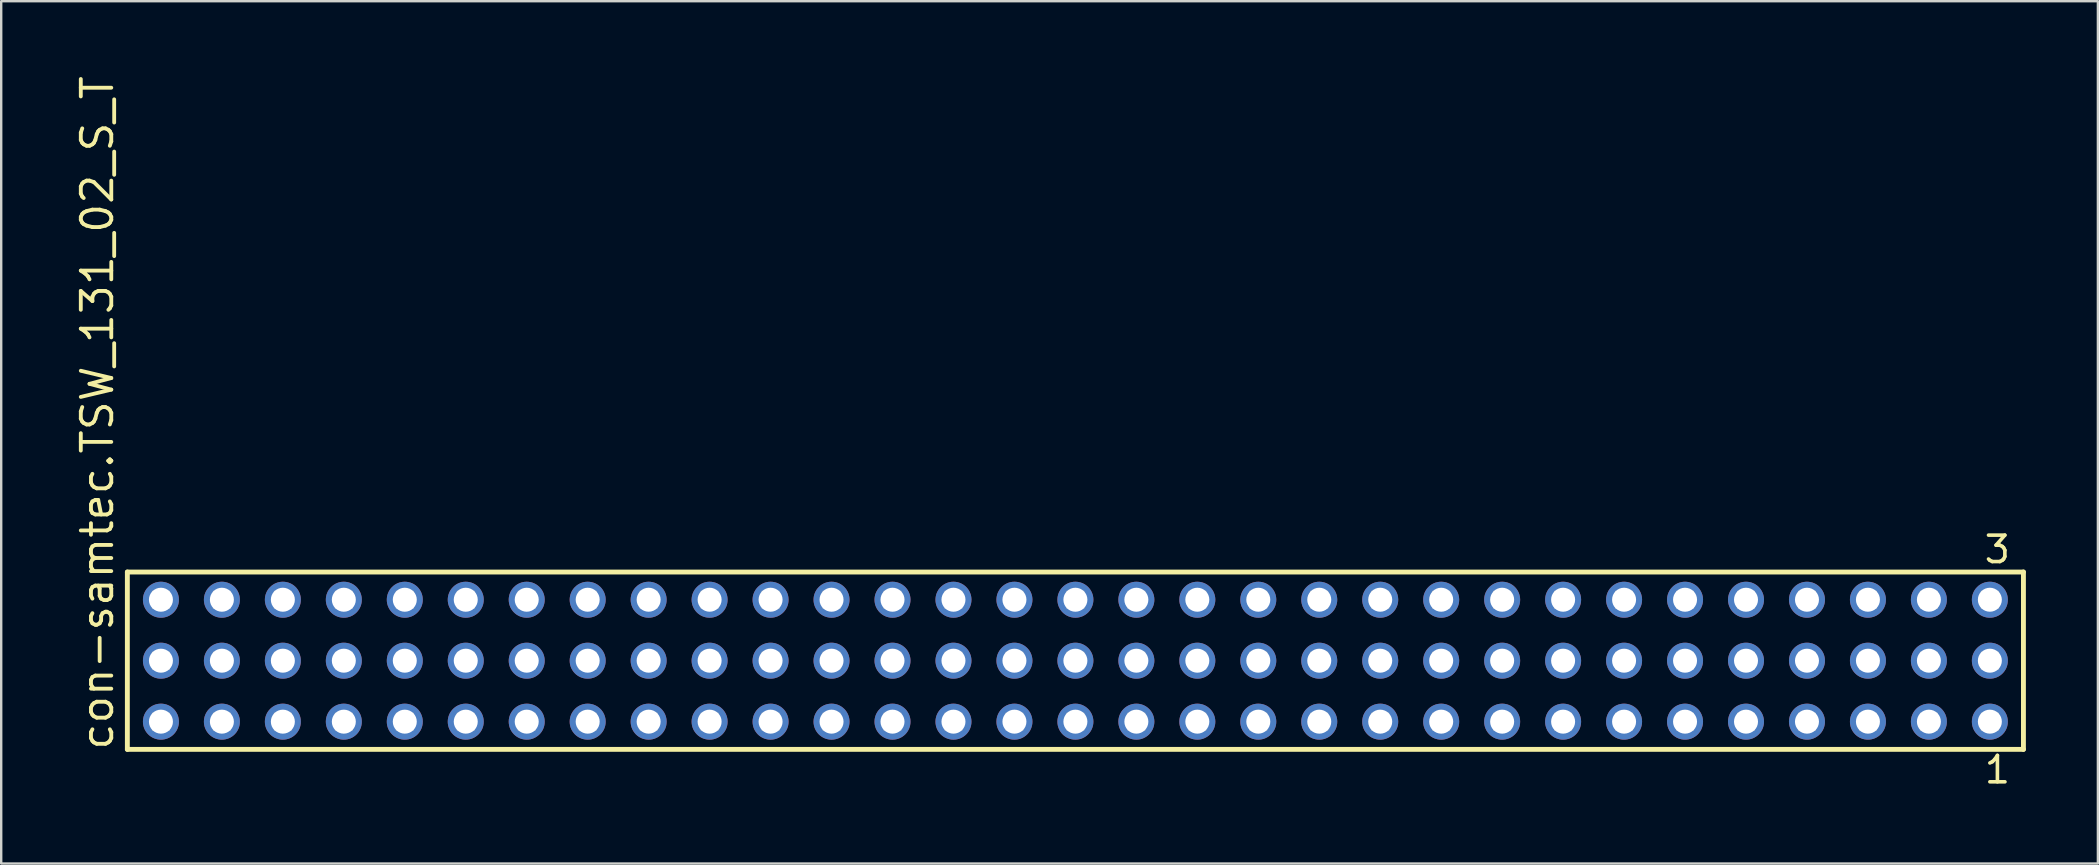
<source format=kicad_pcb>
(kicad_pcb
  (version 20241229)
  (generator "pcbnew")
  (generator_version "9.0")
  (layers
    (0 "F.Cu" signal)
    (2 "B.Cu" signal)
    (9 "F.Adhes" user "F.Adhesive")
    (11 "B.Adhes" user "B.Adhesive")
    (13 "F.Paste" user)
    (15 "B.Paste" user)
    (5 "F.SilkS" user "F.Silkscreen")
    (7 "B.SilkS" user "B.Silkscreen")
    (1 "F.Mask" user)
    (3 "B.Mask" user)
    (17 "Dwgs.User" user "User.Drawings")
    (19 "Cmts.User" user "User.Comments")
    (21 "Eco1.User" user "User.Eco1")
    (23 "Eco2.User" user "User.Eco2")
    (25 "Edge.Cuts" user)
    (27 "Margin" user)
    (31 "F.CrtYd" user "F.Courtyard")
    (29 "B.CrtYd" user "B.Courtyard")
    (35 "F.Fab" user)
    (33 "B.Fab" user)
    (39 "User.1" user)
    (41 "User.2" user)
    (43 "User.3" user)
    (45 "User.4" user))
  (footprint "con-samtec.TSW_131_02_S_T"
    (layer "F.Cu")
    (at 41.755 24.477)
    (property "Reference" "con-samtec.TSW_131_02_S_T" (at -40.005 3.81 90) (layer "F.SilkS") (effects (font (size 1.27 1.27) (thickness 0.16)) (justify left bottom)))
    (attr through_hole)
    (fp_line (start -39.499 -3.695) (end 39.499 -3.695) (stroke (width 0.203) (type default)) (layer "F.SilkS"))
    (fp_line (start -39.499 3.695) (end -39.499 -3.695) (stroke (width 0.203) (type default)) (layer "F.SilkS"))
    (fp_line (start 39.499 -3.695) (end 39.499 3.695) (stroke (width 0.203) (type default)) (layer "F.SilkS"))
    (fp_line (start 39.499 3.695) (end -39.499 3.695) (stroke (width 0.203) (type default)) (layer "F.SilkS"))
    (fp_rect (start -38.45 -2.19) (end -37.75 -2.89) (stroke (width 0.05) (type default)) (fill no) (layer "F.Fab"))
    (fp_rect (start -38.45 0.35) (end -37.75 -0.35) (stroke (width 0.05) (type default)) (fill no) (layer "F.Fab"))
    (fp_rect (start -38.45 2.89) (end -37.75 2.19) (stroke (width 0.05) (type default)) (fill no) (layer "F.Fab"))
    (fp_rect (start -35.91 -2.19) (end -35.21 -2.89) (stroke (width 0.05) (type default)) (fill no) (layer "F.Fab"))
    (fp_rect (start -35.91 0.35) (end -35.21 -0.35) (stroke (width 0.05) (type default)) (fill no) (layer "F.Fab"))
    (fp_rect (start -35.91 2.89) (end -35.21 2.19) (stroke (width 0.05) (type default)) (fill no) (layer "F.Fab"))
    (fp_rect (start -33.37 -2.19) (end -32.67 -2.89) (stroke (width 0.05) (type default)) (fill no) (layer "F.Fab"))
    (fp_rect (start -33.37 0.35) (end -32.67 -0.35) (stroke (width 0.05) (type default)) (fill no) (layer "F.Fab"))
    (fp_rect (start -33.37 2.89) (end -32.67 2.19) (stroke (width 0.05) (type default)) (fill no) (layer "F.Fab"))
    (fp_rect (start -30.83 -2.19) (end -30.13 -2.89) (stroke (width 0.05) (type default)) (fill no) (layer "F.Fab"))
    (fp_rect (start -30.83 0.35) (end -30.13 -0.35) (stroke (width 0.05) (type default)) (fill no) (layer "F.Fab"))
    (fp_rect (start -30.83 2.89) (end -30.13 2.19) (stroke (width 0.05) (type default)) (fill no) (layer "F.Fab"))
    (fp_rect (start -28.29 -2.19) (end -27.59 -2.89) (stroke (width 0.05) (type default)) (fill no) (layer "F.Fab"))
    (fp_rect (start -28.29 0.35) (end -27.59 -0.35) (stroke (width 0.05) (type default)) (fill no) (layer "F.Fab"))
    (fp_rect (start -28.29 2.89) (end -27.59 2.19) (stroke (width 0.05) (type default)) (fill no) (layer "F.Fab"))
    (fp_rect (start -25.75 -2.19) (end -25.05 -2.89) (stroke (width 0.05) (type default)) (fill no) (layer "F.Fab"))
    (fp_rect (start -25.75 0.35) (end -25.05 -0.35) (stroke (width 0.05) (type default)) (fill no) (layer "F.Fab"))
    (fp_rect (start -25.75 2.89) (end -25.05 2.19) (stroke (width 0.05) (type default)) (fill no) (layer "F.Fab"))
    (fp_rect (start -23.21 -2.19) (end -22.51 -2.89) (stroke (width 0.05) (type default)) (fill no) (layer "F.Fab"))
    (fp_rect (start -23.21 0.35) (end -22.51 -0.35) (stroke (width 0.05) (type default)) (fill no) (layer "F.Fab"))
    (fp_rect (start -23.21 2.89) (end -22.51 2.19) (stroke (width 0.05) (type default)) (fill no) (layer "F.Fab"))
    (fp_rect (start -20.67 -2.19) (end -19.97 -2.89) (stroke (width 0.05) (type default)) (fill no) (layer "F.Fab"))
    (fp_rect (start -20.67 0.35) (end -19.97 -0.35) (stroke (width 0.05) (type default)) (fill no) (layer "F.Fab"))
    (fp_rect (start -20.67 2.89) (end -19.97 2.19) (stroke (width 0.05) (type default)) (fill no) (layer "F.Fab"))
    (fp_rect (start -18.13 -2.19) (end -17.43 -2.89) (stroke (width 0.05) (type default)) (fill no) (layer "F.Fab"))
    (fp_rect (start -18.13 0.35) (end -17.43 -0.35) (stroke (width 0.05) (type default)) (fill no) (layer "F.Fab"))
    (fp_rect (start -18.13 2.89) (end -17.43 2.19) (stroke (width 0.05) (type default)) (fill no) (layer "F.Fab"))
    (fp_rect (start -15.59 -2.19) (end -14.89 -2.89) (stroke (width 0.05) (type default)) (fill no) (layer "F.Fab"))
    (fp_rect (start -15.59 0.35) (end -14.89 -0.35) (stroke (width 0.05) (type default)) (fill no) (layer "F.Fab"))
    (fp_rect (start -15.59 2.89) (end -14.89 2.19) (stroke (width 0.05) (type default)) (fill no) (layer "F.Fab"))
    (fp_rect (start -13.05 -2.19) (end -12.35 -2.89) (stroke (width 0.05) (type default)) (fill no) (layer "F.Fab"))
    (fp_rect (start -13.05 0.35) (end -12.35 -0.35) (stroke (width 0.05) (type default)) (fill no) (layer "F.Fab"))
    (fp_rect (start -13.05 2.89) (end -12.35 2.19) (stroke (width 0.05) (type default)) (fill no) (layer "F.Fab"))
    (fp_rect (start -10.51 -2.19) (end -9.81 -2.89) (stroke (width 0.05) (type default)) (fill no) (layer "F.Fab"))
    (fp_rect (start -10.51 0.35) (end -9.81 -0.35) (stroke (width 0.05) (type default)) (fill no) (layer "F.Fab"))
    (fp_rect (start -10.51 2.89) (end -9.81 2.19) (stroke (width 0.05) (type default)) (fill no) (layer "F.Fab"))
    (fp_rect (start -7.97 -2.19) (end -7.27 -2.89) (stroke (width 0.05) (type default)) (fill no) (layer "F.Fab"))
    (fp_rect (start -7.97 0.35) (end -7.27 -0.35) (stroke (width 0.05) (type default)) (fill no) (layer "F.Fab"))
    (fp_rect (start -7.97 2.89) (end -7.27 2.19) (stroke (width 0.05) (type default)) (fill no) (layer "F.Fab"))
    (fp_rect (start -5.43 -2.19) (end -4.73 -2.89) (stroke (width 0.05) (type default)) (fill no) (layer "F.Fab"))
    (fp_rect (start -5.43 0.35) (end -4.73 -0.35) (stroke (width 0.05) (type default)) (fill no) (layer "F.Fab"))
    (fp_rect (start -5.43 2.89) (end -4.73 2.19) (stroke (width 0.05) (type default)) (fill no) (layer "F.Fab"))
    (fp_rect (start -2.89 -2.19) (end -2.19 -2.89) (stroke (width 0.05) (type default)) (fill no) (layer "F.Fab"))
    (fp_rect (start -2.89 0.35) (end -2.19 -0.35) (stroke (width 0.05) (type default)) (fill no) (layer "F.Fab"))
    (fp_rect (start -2.89 2.89) (end -2.19 2.19) (stroke (width 0.05) (type default)) (fill no) (layer "F.Fab"))
    (fp_rect (start -0.35 -2.19) (end 0.35 -2.89) (stroke (width 0.05) (type default)) (fill no) (layer "F.Fab"))
    (fp_rect (start -0.35 0.35) (end 0.35 -0.35) (stroke (width 0.05) (type default)) (fill no) (layer "F.Fab"))
    (fp_rect (start -0.35 2.89) (end 0.35 2.19) (stroke (width 0.05) (type default)) (fill no) (layer "F.Fab"))
    (fp_rect (start 2.19 -2.19) (end 2.89 -2.89) (stroke (width 0.05) (type default)) (fill no) (layer "F.Fab"))
    (fp_rect (start 2.19 0.35) (end 2.89 -0.35) (stroke (width 0.05) (type default)) (fill no) (layer "F.Fab"))
    (fp_rect (start 2.19 2.89) (end 2.89 2.19) (stroke (width 0.05) (type default)) (fill no) (layer "F.Fab"))
    (fp_rect (start 4.73 -2.19) (end 5.43 -2.89) (stroke (width 0.05) (type default)) (fill no) (layer "F.Fab"))
    (fp_rect (start 4.73 0.35) (end 5.43 -0.35) (stroke (width 0.05) (type default)) (fill no) (layer "F.Fab"))
    (fp_rect (start 4.73 2.89) (end 5.43 2.19) (stroke (width 0.05) (type default)) (fill no) (layer "F.Fab"))
    (fp_rect (start 7.27 -2.19) (end 7.97 -2.89) (stroke (width 0.05) (type default)) (fill no) (layer "F.Fab"))
    (fp_rect (start 7.27 0.35) (end 7.97 -0.35) (stroke (width 0.05) (type default)) (fill no) (layer "F.Fab"))
    (fp_rect (start 7.27 2.89) (end 7.97 2.19) (stroke (width 0.05) (type default)) (fill no) (layer "F.Fab"))
    (fp_rect (start 9.81 -2.19) (end 10.51 -2.89) (stroke (width 0.05) (type default)) (fill no) (layer "F.Fab"))
    (fp_rect (start 9.81 0.35) (end 10.51 -0.35) (stroke (width 0.05) (type default)) (fill no) (layer "F.Fab"))
    (fp_rect (start 9.81 2.89) (end 10.51 2.19) (stroke (width 0.05) (type default)) (fill no) (layer "F.Fab"))
    (fp_rect (start 12.35 -2.19) (end 13.05 -2.89) (stroke (width 0.05) (type default)) (fill no) (layer "F.Fab"))
    (fp_rect (start 12.35 0.35) (end 13.05 -0.35) (stroke (width 0.05) (type default)) (fill no) (layer "F.Fab"))
    (fp_rect (start 12.35 2.89) (end 13.05 2.19) (stroke (width 0.05) (type default)) (fill no) (layer "F.Fab"))
    (fp_rect (start 14.89 -2.19) (end 15.59 -2.89) (stroke (width 0.05) (type default)) (fill no) (layer "F.Fab"))
    (fp_rect (start 14.89 0.35) (end 15.59 -0.35) (stroke (width 0.05) (type default)) (fill no) (layer "F.Fab"))
    (fp_rect (start 14.89 2.89) (end 15.59 2.19) (stroke (width 0.05) (type default)) (fill no) (layer "F.Fab"))
    (fp_rect (start 17.43 -2.19) (end 18.13 -2.89) (stroke (width 0.05) (type default)) (fill no) (layer "F.Fab"))
    (fp_rect (start 17.43 0.35) (end 18.13 -0.35) (stroke (width 0.05) (type default)) (fill no) (layer "F.Fab"))
    (fp_rect (start 17.43 2.89) (end 18.13 2.19) (stroke (width 0.05) (type default)) (fill no) (layer "F.Fab"))
    (fp_rect (start 19.97 -2.19) (end 20.67 -2.89) (stroke (width 0.05) (type default)) (fill no) (layer "F.Fab"))
    (fp_rect (start 19.97 0.35) (end 20.67 -0.35) (stroke (width 0.05) (type default)) (fill no) (layer "F.Fab"))
    (fp_rect (start 19.97 2.89) (end 20.67 2.19) (stroke (width 0.05) (type default)) (fill no) (layer "F.Fab"))
    (fp_rect (start 22.51 -2.19) (end 23.21 -2.89) (stroke (width 0.05) (type default)) (fill no) (layer "F.Fab"))
    (fp_rect (start 22.51 0.35) (end 23.21 -0.35) (stroke (width 0.05) (type default)) (fill no) (layer "F.Fab"))
    (fp_rect (start 22.51 2.89) (end 23.21 2.19) (stroke (width 0.05) (type default)) (fill no) (layer "F.Fab"))
    (fp_rect (start 25.05 -2.19) (end 25.75 -2.89) (stroke (width 0.05) (type default)) (fill no) (layer "F.Fab"))
    (fp_rect (start 25.05 0.35) (end 25.75 -0.35) (stroke (width 0.05) (type default)) (fill no) (layer "F.Fab"))
    (fp_rect (start 25.05 2.89) (end 25.75 2.19) (stroke (width 0.05) (type default)) (fill no) (layer "F.Fab"))
    (fp_rect (start 27.59 -2.19) (end 28.29 -2.89) (stroke (width 0.05) (type default)) (fill no) (layer "F.Fab"))
    (fp_rect (start 27.59 0.35) (end 28.29 -0.35) (stroke (width 0.05) (type default)) (fill no) (layer "F.Fab"))
    (fp_rect (start 27.59 2.89) (end 28.29 2.19) (stroke (width 0.05) (type default)) (fill no) (layer "F.Fab"))
    (fp_rect (start 30.13 -2.19) (end 30.83 -2.89) (stroke (width 0.05) (type default)) (fill no) (layer "F.Fab"))
    (fp_rect (start 30.13 0.35) (end 30.83 -0.35) (stroke (width 0.05) (type default)) (fill no) (layer "F.Fab"))
    (fp_rect (start 30.13 2.89) (end 30.83 2.19) (stroke (width 0.05) (type default)) (fill no) (layer "F.Fab"))
    (fp_rect (start 32.67 -2.19) (end 33.37 -2.89) (stroke (width 0.05) (type default)) (fill no) (layer "F.Fab"))
    (fp_rect (start 32.67 0.35) (end 33.37 -0.35) (stroke (width 0.05) (type default)) (fill no) (layer "F.Fab"))
    (fp_rect (start 32.67 2.89) (end 33.37 2.19) (stroke (width 0.05) (type default)) (fill no) (layer "F.Fab"))
    (fp_rect (start 35.21 -2.19) (end 35.91 -2.89) (stroke (width 0.05) (type default)) (fill no) (layer "F.Fab"))
    (fp_rect (start 35.21 0.35) (end 35.91 -0.35) (stroke (width 0.05) (type default)) (fill no) (layer "F.Fab"))
    (fp_rect (start 35.21 2.89) (end 35.91 2.19) (stroke (width 0.05) (type default)) (fill no) (layer "F.Fab"))
    (fp_rect (start 37.75 -2.19) (end 38.45 -2.89) (stroke (width 0.05) (type default)) (fill no) (layer "F.Fab"))
    (fp_rect (start 37.75 0.35) (end 38.45 -0.35) (stroke (width 0.05) (type default)) (fill no) (layer "F.Fab"))
    (fp_rect (start 37.75 2.89) (end 38.45 2.19) (stroke (width 0.05) (type default)) (fill no) (layer "F.Fab"))
    (fp_text user "3" (at 37.788 -3.989 0) (layer "F.SilkS") (effects (font (size 1.1 1.1) (thickness 0.15)) (justify left bottom)))
    (fp_text user "1" (at 37.792 5.188 0) (layer "F.SilkS") (effects (font (size 1.1 1.1) (thickness 0.15)) (justify left bottom)))
    (pad "1" thru_hole circle (at 38.1 2.54 180) (size 1.5 1.5) (drill 1) (layers "*.Cu" "*.Mask"))
    (pad "2" thru_hole circle (at 38.1 0 180) (size 1.5 1.5) (drill 1) (layers "*.Cu" "*.Mask"))
    (pad "3" thru_hole circle (at 38.1 -2.54 180) (size 1.5 1.5) (drill 1) (layers "*.Cu" "*.Mask"))
    (pad "4" thru_hole circle (at 35.56 2.54 180) (size 1.5 1.5) (drill 1) (layers "*.Cu" "*.Mask"))
    (pad "5" thru_hole circle (at 35.56 0 180) (size 1.5 1.5) (drill 1) (layers "*.Cu" "*.Mask"))
    (pad "6" thru_hole circle (at 35.56 -2.54 180) (size 1.5 1.5) (drill 1) (layers "*.Cu" "*.Mask"))
    (pad "7" thru_hole circle (at 33.02 2.54 180) (size 1.5 1.5) (drill 1) (layers "*.Cu" "*.Mask"))
    (pad "8" thru_hole circle (at 33.02 0 180) (size 1.5 1.5) (drill 1) (layers "*.Cu" "*.Mask"))
    (pad "9" thru_hole circle (at 33.02 -2.54 180) (size 1.5 1.5) (drill 1) (layers "*.Cu" "*.Mask"))
    (pad "10" thru_hole circle (at 30.48 2.54 180) (size 1.5 1.5) (drill 1) (layers "*.Cu" "*.Mask"))
    (pad "11" thru_hole circle (at 30.48 0 180) (size 1.5 1.5) (drill 1) (layers "*.Cu" "*.Mask"))
    (pad "12" thru_hole circle (at 30.48 -2.54 180) (size 1.5 1.5) (drill 1) (layers "*.Cu" "*.Mask"))
    (pad "13" thru_hole circle (at 27.94 2.54 180) (size 1.5 1.5) (drill 1) (layers "*.Cu" "*.Mask"))
    (pad "14" thru_hole circle (at 27.94 0 180) (size 1.5 1.5) (drill 1) (layers "*.Cu" "*.Mask"))
    (pad "15" thru_hole circle (at 27.94 -2.54 180) (size 1.5 1.5) (drill 1) (layers "*.Cu" "*.Mask"))
    (pad "16" thru_hole circle (at 25.4 2.54 180) (size 1.5 1.5) (drill 1) (layers "*.Cu" "*.Mask"))
    (pad "17" thru_hole circle (at 25.4 0 180) (size 1.5 1.5) (drill 1) (layers "*.Cu" "*.Mask"))
    (pad "18" thru_hole circle (at 25.4 -2.54 180) (size 1.5 1.5) (drill 1) (layers "*.Cu" "*.Mask"))
    (pad "19" thru_hole circle (at 22.86 2.54 180) (size 1.5 1.5) (drill 1) (layers "*.Cu" "*.Mask"))
    (pad "20" thru_hole circle (at 22.86 0 180) (size 1.5 1.5) (drill 1) (layers "*.Cu" "*.Mask"))
    (pad "21" thru_hole circle (at 22.86 -2.54 180) (size 1.5 1.5) (drill 1) (layers "*.Cu" "*.Mask"))
    (pad "22" thru_hole circle (at 20.32 2.54 180) (size 1.5 1.5) (drill 1) (layers "*.Cu" "*.Mask"))
    (pad "23" thru_hole circle (at 20.32 0 180) (size 1.5 1.5) (drill 1) (layers "*.Cu" "*.Mask"))
    (pad "24" thru_hole circle (at 20.32 -2.54 180) (size 1.5 1.5) (drill 1) (layers "*.Cu" "*.Mask"))
    (pad "25" thru_hole circle (at 17.78 2.54 180) (size 1.5 1.5) (drill 1) (layers "*.Cu" "*.Mask"))
    (pad "26" thru_hole circle (at 17.78 0 180) (size 1.5 1.5) (drill 1) (layers "*.Cu" "*.Mask"))
    (pad "27" thru_hole circle (at 17.78 -2.54 180) (size 1.5 1.5) (drill 1) (layers "*.Cu" "*.Mask"))
    (pad "28" thru_hole circle (at 15.24 2.54 180) (size 1.5 1.5) (drill 1) (layers "*.Cu" "*.Mask"))
    (pad "29" thru_hole circle (at 15.24 0 180) (size 1.5 1.5) (drill 1) (layers "*.Cu" "*.Mask"))
    (pad "30" thru_hole circle (at 15.24 -2.54 180) (size 1.5 1.5) (drill 1) (layers "*.Cu" "*.Mask"))
    (pad "31" thru_hole circle (at 12.7 2.54 180) (size 1.5 1.5) (drill 1) (layers "*.Cu" "*.Mask"))
    (pad "32" thru_hole circle (at 12.7 0 180) (size 1.5 1.5) (drill 1) (layers "*.Cu" "*.Mask"))
    (pad "33" thru_hole circle (at 12.7 -2.54 180) (size 1.5 1.5) (drill 1) (layers "*.Cu" "*.Mask"))
    (pad "34" thru_hole circle (at 10.16 2.54 180) (size 1.5 1.5) (drill 1) (layers "*.Cu" "*.Mask"))
    (pad "35" thru_hole circle (at 10.16 0 180) (size 1.5 1.5) (drill 1) (layers "*.Cu" "*.Mask"))
    (pad "36" thru_hole circle (at 10.16 -2.54 180) (size 1.5 1.5) (drill 1) (layers "*.Cu" "*.Mask"))
    (pad "37" thru_hole circle (at 7.62 2.54 180) (size 1.5 1.5) (drill 1) (layers "*.Cu" "*.Mask"))
    (pad "38" thru_hole circle (at 7.62 0 180) (size 1.5 1.5) (drill 1) (layers "*.Cu" "*.Mask"))
    (pad "39" thru_hole circle (at 7.62 -2.54 180) (size 1.5 1.5) (drill 1) (layers "*.Cu" "*.Mask"))
    (pad "40" thru_hole circle (at 5.08 2.54 180) (size 1.5 1.5) (drill 1) (layers "*.Cu" "*.Mask"))
    (pad "41" thru_hole circle (at 5.08 0 180) (size 1.5 1.5) (drill 1) (layers "*.Cu" "*.Mask"))
    (pad "42" thru_hole circle (at 5.08 -2.54 180) (size 1.5 1.5) (drill 1) (layers "*.Cu" "*.Mask"))
    (pad "43" thru_hole circle (at 2.54 2.54 180) (size 1.5 1.5) (drill 1) (layers "*.Cu" "*.Mask"))
    (pad "44" thru_hole circle (at 2.54 0 180) (size 1.5 1.5) (drill 1) (layers "*.Cu" "*.Mask"))
    (pad "45" thru_hole circle (at 2.54 -2.54 180) (size 1.5 1.5) (drill 1) (layers "*.Cu" "*.Mask"))
    (pad "46" thru_hole circle (at 0 2.54 180) (size 1.5 1.5) (drill 1) (layers "*.Cu" "*.Mask"))
    (pad "47" thru_hole circle (at 0 0 180) (size 1.5 1.5) (drill 1) (layers "*.Cu" "*.Mask"))
    (pad "48" thru_hole circle (at 0 -2.54 180) (size 1.5 1.5) (drill 1) (layers "*.Cu" "*.Mask"))
    (pad "49" thru_hole circle (at -2.54 2.54 180) (size 1.5 1.5) (drill 1) (layers "*.Cu" "*.Mask"))
    (pad "50" thru_hole circle (at -2.54 0 180) (size 1.5 1.5) (drill 1) (layers "*.Cu" "*.Mask"))
    (pad "51" thru_hole circle (at -2.54 -2.54 180) (size 1.5 1.5) (drill 1) (layers "*.Cu" "*.Mask"))
    (pad "52" thru_hole circle (at -5.08 2.54 180) (size 1.5 1.5) (drill 1) (layers "*.Cu" "*.Mask"))
    (pad "53" thru_hole circle (at -5.08 0 180) (size 1.5 1.5) (drill 1) (layers "*.Cu" "*.Mask"))
    (pad "54" thru_hole circle (at -5.08 -2.54 180) (size 1.5 1.5) (drill 1) (layers "*.Cu" "*.Mask"))
    (pad "55" thru_hole circle (at -7.62 2.54 180) (size 1.5 1.5) (drill 1) (layers "*.Cu" "*.Mask"))
    (pad "56" thru_hole circle (at -7.62 0 180) (size 1.5 1.5) (drill 1) (layers "*.Cu" "*.Mask"))
    (pad "57" thru_hole circle (at -7.62 -2.54 180) (size 1.5 1.5) (drill 1) (layers "*.Cu" "*.Mask"))
    (pad "58" thru_hole circle (at -10.16 2.54 180) (size 1.5 1.5) (drill 1) (layers "*.Cu" "*.Mask"))
    (pad "59" thru_hole circle (at -10.16 0 180) (size 1.5 1.5) (drill 1) (layers "*.Cu" "*.Mask"))
    (pad "60" thru_hole circle (at -10.16 -2.54 180) (size 1.5 1.5) (drill 1) (layers "*.Cu" "*.Mask"))
    (pad "61" thru_hole circle (at -12.7 2.54 180) (size 1.5 1.5) (drill 1) (layers "*.Cu" "*.Mask"))
    (pad "62" thru_hole circle (at -12.7 0 180) (size 1.5 1.5) (drill 1) (layers "*.Cu" "*.Mask"))
    (pad "63" thru_hole circle (at -12.7 -2.54 180) (size 1.5 1.5) (drill 1) (layers "*.Cu" "*.Mask"))
    (pad "64" thru_hole circle (at -15.24 2.54 180) (size 1.5 1.5) (drill 1) (layers "*.Cu" "*.Mask"))
    (pad "65" thru_hole circle (at -15.24 0 180) (size 1.5 1.5) (drill 1) (layers "*.Cu" "*.Mask"))
    (pad "66" thru_hole circle (at -15.24 -2.54 180) (size 1.5 1.5) (drill 1) (layers "*.Cu" "*.Mask"))
    (pad "67" thru_hole circle (at -17.78 2.54 180) (size 1.5 1.5) (drill 1) (layers "*.Cu" "*.Mask"))
    (pad "68" thru_hole circle (at -17.78 0 180) (size 1.5 1.5) (drill 1) (layers "*.Cu" "*.Mask"))
    (pad "69" thru_hole circle (at -17.78 -2.54 180) (size 1.5 1.5) (drill 1) (layers "*.Cu" "*.Mask"))
    (pad "70" thru_hole circle (at -20.32 2.54 180) (size 1.5 1.5) (drill 1) (layers "*.Cu" "*.Mask"))
    (pad "71" thru_hole circle (at -20.32 0 180) (size 1.5 1.5) (drill 1) (layers "*.Cu" "*.Mask"))
    (pad "72" thru_hole circle (at -20.32 -2.54 180) (size 1.5 1.5) (drill 1) (layers "*.Cu" "*.Mask"))
    (pad "73" thru_hole circle (at -22.86 2.54 180) (size 1.5 1.5) (drill 1) (layers "*.Cu" "*.Mask"))
    (pad "74" thru_hole circle (at -22.86 0 180) (size 1.5 1.5) (drill 1) (layers "*.Cu" "*.Mask"))
    (pad "75" thru_hole circle (at -22.86 -2.54 180) (size 1.5 1.5) (drill 1) (layers "*.Cu" "*.Mask"))
    (pad "76" thru_hole circle (at -25.4 2.54 180) (size 1.5 1.5) (drill 1) (layers "*.Cu" "*.Mask"))
    (pad "77" thru_hole circle (at -25.4 0 180) (size 1.5 1.5) (drill 1) (layers "*.Cu" "*.Mask"))
    (pad "78" thru_hole circle (at -25.4 -2.54 180) (size 1.5 1.5) (drill 1) (layers "*.Cu" "*.Mask"))
    (pad "79" thru_hole circle (at -27.94 2.54 180) (size 1.5 1.5) (drill 1) (layers "*.Cu" "*.Mask"))
    (pad "80" thru_hole circle (at -27.94 0 180) (size 1.5 1.5) (drill 1) (layers "*.Cu" "*.Mask"))
    (pad "81" thru_hole circle (at -27.94 -2.54 180) (size 1.5 1.5) (drill 1) (layers "*.Cu" "*.Mask"))
    (pad "82" thru_hole circle (at -30.48 2.54 180) (size 1.5 1.5) (drill 1) (layers "*.Cu" "*.Mask"))
    (pad "83" thru_hole circle (at -30.48 0 180) (size 1.5 1.5) (drill 1) (layers "*.Cu" "*.Mask"))
    (pad "84" thru_hole circle (at -30.48 -2.54 180) (size 1.5 1.5) (drill 1) (layers "*.Cu" "*.Mask"))
    (pad "85" thru_hole circle (at -33.02 2.54 180) (size 1.5 1.5) (drill 1) (layers "*.Cu" "*.Mask"))
    (pad "86" thru_hole circle (at -33.02 0 180) (size 1.5 1.5) (drill 1) (layers "*.Cu" "*.Mask"))
    (pad "87" thru_hole circle (at -33.02 -2.54 180) (size 1.5 1.5) (drill 1) (layers "*.Cu" "*.Mask"))
    (pad "88" thru_hole circle (at -35.56 2.54 180) (size 1.5 1.5) (drill 1) (layers "*.Cu" "*.Mask"))
    (pad "89" thru_hole circle (at -35.56 0 180) (size 1.5 1.5) (drill 1) (layers "*.Cu" "*.Mask"))
    (pad "90" thru_hole circle (at -35.56 -2.54 180) (size 1.5 1.5) (drill 1) (layers "*.Cu" "*.Mask"))
    (pad "91" thru_hole circle (at -38.1 2.54 180) (size 1.5 1.5) (drill 1) (layers "*.Cu" "*.Mask"))
    (pad "92" thru_hole circle (at -38.1 0 180) (size 1.5 1.5) (drill 1) (layers "*.Cu" "*.Mask"))
    (pad "93" thru_hole circle (at -38.1 -2.54 180) (size 1.5 1.5) (drill 1) (layers "*.Cu" "*.Mask")))
  (gr_rect
    (start -3 -3)
    (end 84.356 32.928)
    (stroke (width 0.1) (type default))
    (fill no)
    (layer "Edge.Cuts")))
</source>
